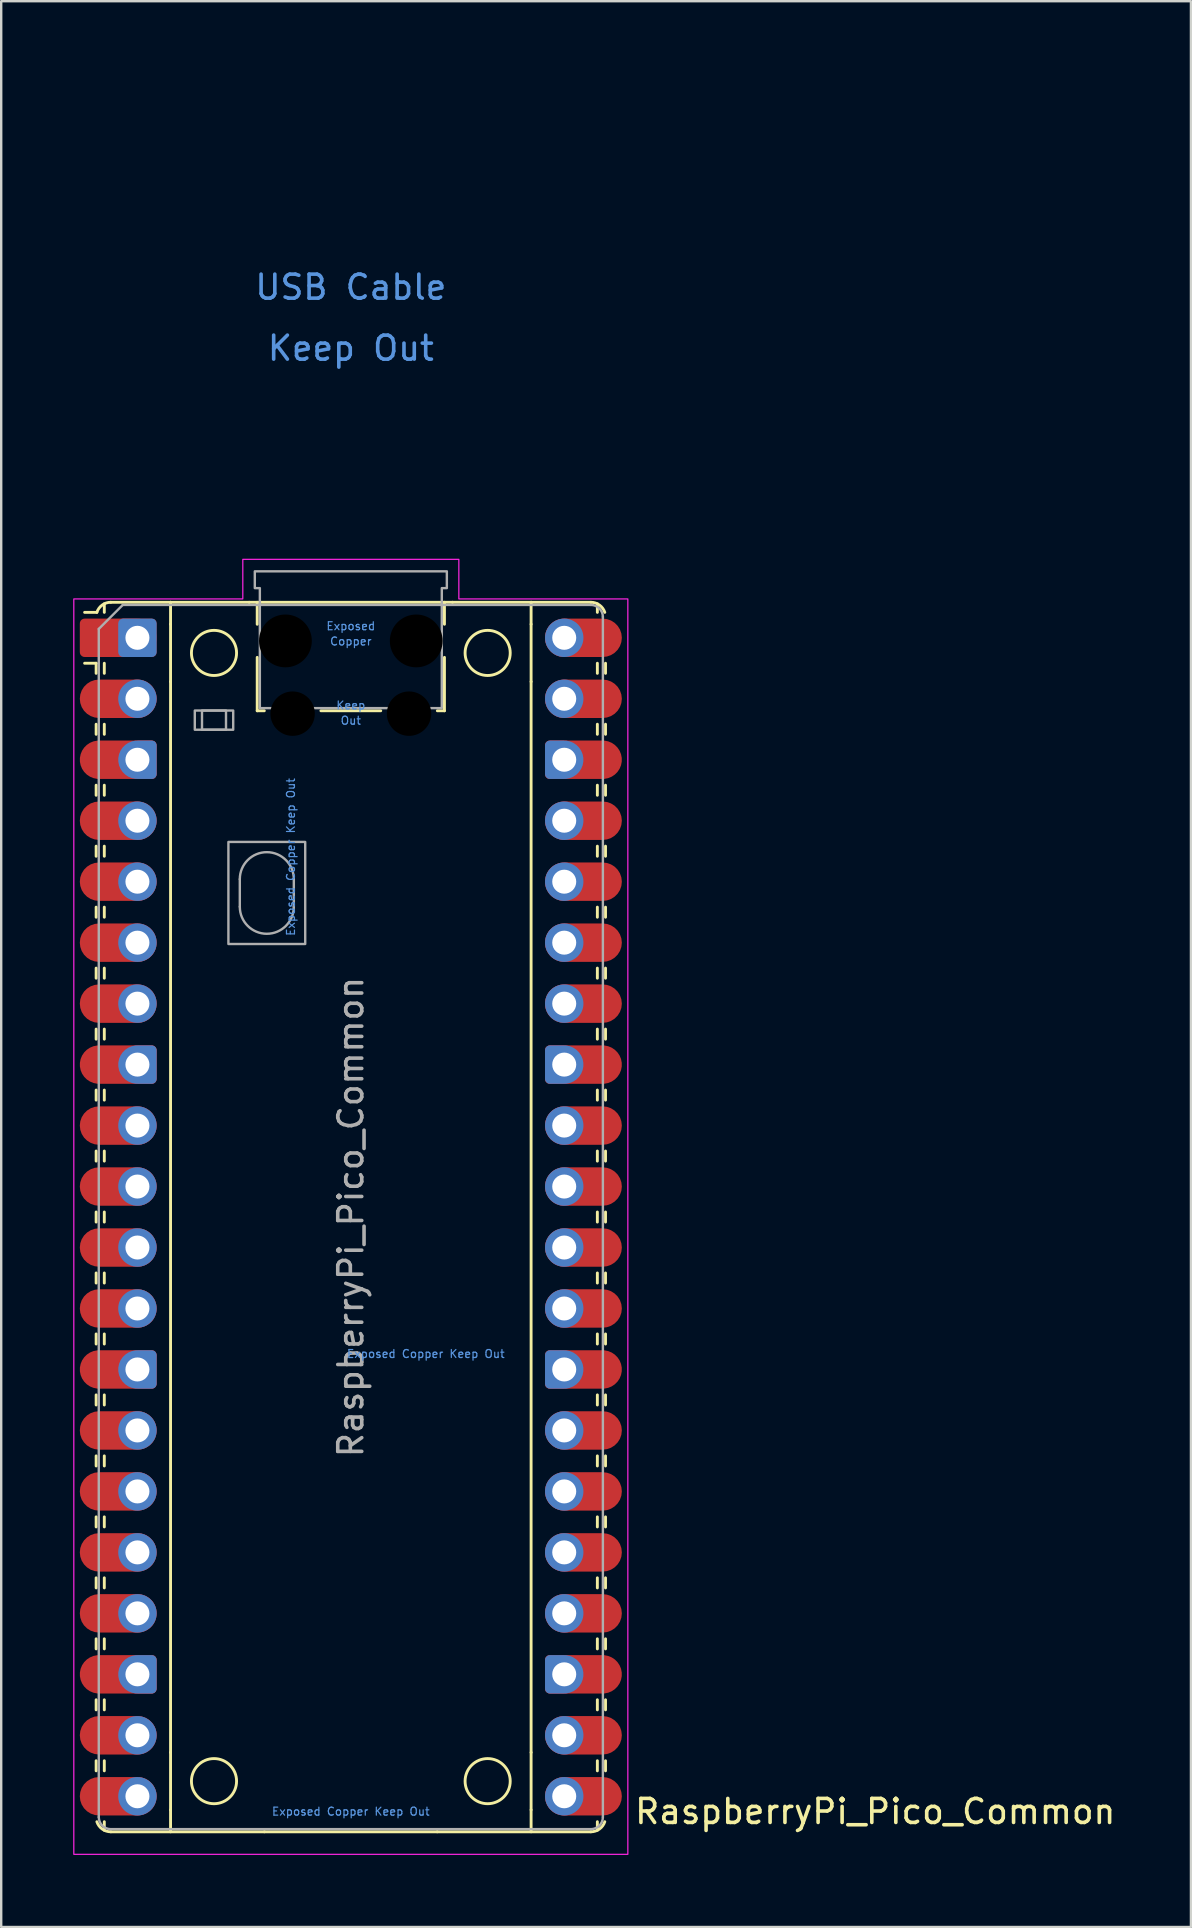
<source format=kicad_pcb>
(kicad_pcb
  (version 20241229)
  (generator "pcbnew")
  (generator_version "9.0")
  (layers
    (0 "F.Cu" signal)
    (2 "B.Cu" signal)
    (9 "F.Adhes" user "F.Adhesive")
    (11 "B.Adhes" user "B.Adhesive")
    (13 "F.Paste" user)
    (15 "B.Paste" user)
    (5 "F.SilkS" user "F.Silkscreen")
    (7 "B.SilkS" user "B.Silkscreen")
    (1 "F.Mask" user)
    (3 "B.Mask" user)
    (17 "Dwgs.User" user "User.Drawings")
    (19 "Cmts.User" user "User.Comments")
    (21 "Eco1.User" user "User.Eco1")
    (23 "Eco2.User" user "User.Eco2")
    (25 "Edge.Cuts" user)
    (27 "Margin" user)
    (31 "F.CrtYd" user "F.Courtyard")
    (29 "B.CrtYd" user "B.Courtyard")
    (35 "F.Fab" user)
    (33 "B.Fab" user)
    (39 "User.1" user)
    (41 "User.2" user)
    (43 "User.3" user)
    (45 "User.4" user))
  (footprint "RaspberryPi_Pico_Common"
    (layer "F.Cu")
    (at 11.565 47.65)
    (property "Reference" "RaspberryPi_Pico_Common" (at 11.748 24.765 0) (unlocked yes) (layer "F.SilkS") (effects (font (size 1 1) (thickness 0.15)) (justify left)))
    (attr through_hole)
    (fp_line (start -10.61 -23.07) (end -11.09 -23.07) (stroke (width 0.12) (type solid)) (layer "F.SilkS"))
    (fp_line (start -10.61 -23.07) (end -10.61 -22.65) (stroke (width 0.12) (type solid)) (layer "F.SilkS"))
    (fp_line (start -10.61 -20.53) (end -10.61 -20.11) (stroke (width 0.12) (type solid)) (layer "F.SilkS"))
    (fp_line (start -10.61 -17.99) (end -10.61 -17.57) (stroke (width 0.12) (type solid)) (layer "F.SilkS"))
    (fp_line (start -10.61 -15.45) (end -10.61 -15.03) (stroke (width 0.12) (type solid)) (layer "F.SilkS"))
    (fp_line (start -10.61 -12.91) (end -10.61 -12.49) (stroke (width 0.12) (type solid)) (layer "F.SilkS"))
    (fp_line (start -10.61 -10.37) (end -10.61 -9.95) (stroke (width 0.12) (type solid)) (layer "F.SilkS"))
    (fp_line (start -10.61 -7.83) (end -10.61 -7.41) (stroke (width 0.12) (type solid)) (layer "F.SilkS"))
    (fp_line (start -10.61 -5.29) (end -10.61 -4.87) (stroke (width 0.12) (type solid)) (layer "F.SilkS"))
    (fp_line (start -10.61 -2.75) (end -10.61 -2.33) (stroke (width 0.12) (type solid)) (layer "F.SilkS"))
    (fp_line (start -10.61 -0.21) (end -10.61 0.21) (stroke (width 0.12) (type solid)) (layer "F.SilkS"))
    (fp_line (start -10.61 2.33) (end -10.61 2.75) (stroke (width 0.12) (type solid)) (layer "F.SilkS"))
    (fp_line (start -10.61 4.87) (end -10.61 5.29) (stroke (width 0.12) (type solid)) (layer "F.SilkS"))
    (fp_line (start -10.61 7.41) (end -10.61 7.83) (stroke (width 0.12) (type solid)) (layer "F.SilkS"))
    (fp_line (start -10.61 9.95) (end -10.61 10.37) (stroke (width 0.12) (type solid)) (layer "F.SilkS"))
    (fp_line (start -10.61 12.49) (end -10.61 12.91) (stroke (width 0.12) (type solid)) (layer "F.SilkS"))
    (fp_line (start -10.61 15.03) (end -10.61 15.45) (stroke (width 0.12) (type solid)) (layer "F.SilkS"))
    (fp_line (start -10.61 17.57) (end -10.61 17.99) (stroke (width 0.12) (type solid)) (layer "F.SilkS"))
    (fp_line (start -10.61 20.11) (end -10.61 20.53) (stroke (width 0.12) (type solid)) (layer "F.SilkS"))
    (fp_line (start -10.61 22.65) (end -10.61 23.07) (stroke (width 0.12) (type solid)) (layer "F.SilkS"))
    (fp_line (start -10.58 -25.19) (end -11.09 -25.19) (stroke (width 0.12) (type solid)) (layer "F.SilkS"))
    (fp_line (start -10.27 -25.19) (end -10.27 -25.547) (stroke (width 0.12) (type solid)) (layer "F.SilkS"))
    (fp_line (start -10.27 -23.07) (end -10.27 -22.65) (stroke (width 0.12) (type solid)) (layer "F.SilkS"))
    (fp_line (start -10.27 -20.53) (end -10.27 -20.11) (stroke (width 0.12) (type solid)) (layer "F.SilkS"))
    (fp_line (start -10.27 -17.99) (end -10.27 -17.57) (stroke (width 0.12) (type solid)) (layer "F.SilkS"))
    (fp_line (start -10.27 -15.45) (end -10.27 -15.03) (stroke (width 0.12) (type solid)) (layer "F.SilkS"))
    (fp_line (start -10.27 -12.91) (end -10.27 -12.49) (stroke (width 0.12) (type solid)) (layer "F.SilkS"))
    (fp_line (start -10.27 -10.37) (end -10.27 -9.95) (stroke (width 0.12) (type solid)) (layer "F.SilkS"))
    (fp_line (start -10.27 -7.83) (end -10.27 -7.41) (stroke (width 0.12) (type solid)) (layer "F.SilkS"))
    (fp_line (start -10.27 -5.29) (end -10.27 -4.87) (stroke (width 0.12) (type solid)) (layer "F.SilkS"))
    (fp_line (start -10.27 -2.75) (end -10.27 -2.33) (stroke (width 0.12) (type solid)) (layer "F.SilkS"))
    (fp_line (start -10.27 -0.21) (end -10.27 0.21) (stroke (width 0.12) (type solid)) (layer "F.SilkS"))
    (fp_line (start -10.27 2.33) (end -10.27 2.75) (stroke (width 0.12) (type solid)) (layer "F.SilkS"))
    (fp_line (start -10.27 4.87) (end -10.27 5.29) (stroke (width 0.12) (type solid)) (layer "F.SilkS"))
    (fp_line (start -10.27 7.41) (end -10.27 7.83) (stroke (width 0.12) (type solid)) (layer "F.SilkS"))
    (fp_line (start -10.27 9.95) (end -10.27 10.37) (stroke (width 0.12) (type solid)) (layer "F.SilkS"))
    (fp_line (start -10.27 12.49) (end -10.27 12.91) (stroke (width 0.12) (type solid)) (layer "F.SilkS"))
    (fp_line (start -10.27 15.03) (end -10.27 15.45) (stroke (width 0.12) (type solid)) (layer "F.SilkS"))
    (fp_line (start -10.27 17.57) (end -10.27 17.99) (stroke (width 0.12) (type solid)) (layer "F.SilkS"))
    (fp_line (start -10.27 20.11) (end -10.27 20.53) (stroke (width 0.12) (type solid)) (layer "F.SilkS"))
    (fp_line (start -10.27 22.65) (end -10.27 23.07) (stroke (width 0.12) (type solid)) (layer "F.SilkS"))
    (fp_line (start -10.27 25.19) (end -10.27 25.547) (stroke (width 0.12) (type solid)) (layer "F.SilkS"))
    (fp_line (start -10 -25.61) (end -7.51 -25.61) (stroke (width 0.12) (type solid)) (layer "F.SilkS"))
    (fp_line (start -10 25.61) (end -3.6 25.61) (stroke (width 0.12) (type solid)) (layer "F.SilkS"))
    (fp_line (start -7.51 -25.61) (end -7.51 -24.696) (stroke (width 0.12) (type solid)) (layer "F.SilkS"))
    (fp_line (start -7.51 -25.61) (end -4.235 -25.61) (stroke (width 0.12) (type solid)) (layer "F.SilkS"))
    (fp_line (start -7.51 -24.696) (end -7.51 -22.304) (stroke (width 0.12) (type solid)) (layer "F.SilkS"))
    (fp_line (start -7.51 -22.304) (end -7.51 22.304) (stroke (width 0.12) (type solid)) (layer "F.SilkS"))
    (fp_line (start -7.51 22.304) (end -7.51 24.696) (stroke (width 0.12) (type solid)) (layer "F.SilkS"))
    (fp_line (start -7.51 24.696) (end -7.51 25.61) (stroke (width 0.12) (type solid)) (layer "F.SilkS"))
    (fp_line (start -4.235 -25.61) (end 4.235 -25.61) (stroke (width 0.12) (type solid)) (layer "F.SilkS"))
    (fp_line (start -3.9 -25.61) (end -3.9 -24.694) (stroke (width 0.12) (type solid)) (layer "F.SilkS"))
    (fp_line (start -3.9 -23.315) (end -3.9 -21.09) (stroke (width 0.12) (type solid)) (layer "F.SilkS"))
    (fp_line (start -3.9 -21.09) (end -3.604 -21.09) (stroke (width 0.12) (type solid)) (layer "F.SilkS"))
    (fp_line (start -1.246 -21.09) (end 1.246 -21.09) (stroke (width 0.12) (type solid)) (layer "F.SilkS"))
    (fp_line (start 3.6 25.61) (end -3.6 25.61) (stroke (width 0.12) (type solid)) (layer "F.SilkS"))
    (fp_line (start 3.6 25.61) (end 10 25.61) (stroke (width 0.12) (type solid)) (layer "F.SilkS"))
    (fp_line (start 3.604 -21.09) (end 3.9 -21.09) (stroke (width 0.12) (type solid)) (layer "F.SilkS"))
    (fp_line (start 3.9 -25.61) (end 3.9 -24.694) (stroke (width 0.12) (type solid)) (layer "F.SilkS"))
    (fp_line (start 3.9 -23.315) (end 3.9 -21.09) (stroke (width 0.12) (type solid)) (layer "F.SilkS"))
    (fp_line (start 4.235 -25.61) (end 7.51 -25.61) (stroke (width 0.12) (type solid)) (layer "F.SilkS"))
    (fp_line (start 7.51 -25.61) (end 7.51 -24.696) (stroke (width 0.12) (type solid)) (layer "F.SilkS"))
    (fp_line (start 7.51 -24.696) (end 7.51 -22.304) (stroke (width 0.12) (type solid)) (layer "F.SilkS"))
    (fp_line (start 7.51 -22.304) (end 7.51 22.304) (stroke (width 0.12) (type solid)) (layer "F.SilkS"))
    (fp_line (start 7.51 22.304) (end 7.51 24.696) (stroke (width 0.12) (type solid)) (layer "F.SilkS"))
    (fp_line (start 7.51 24.696) (end 7.51 25.61) (stroke (width 0.12) (type solid)) (layer "F.SilkS"))
    (fp_line (start 10 -25.61) (end 7.51 -25.61) (stroke (width 0.12) (type solid)) (layer "F.SilkS"))
    (fp_line (start 10.27 -25.19) (end 10.27 -25.547) (stroke (width 0.12) (type solid)) (layer "F.SilkS"))
    (fp_line (start 10.27 -23.07) (end 10.27 -22.65) (stroke (width 0.12) (type solid)) (layer "F.SilkS"))
    (fp_line (start 10.27 -20.53) (end 10.27 -20.11) (stroke (width 0.12) (type solid)) (layer "F.SilkS"))
    (fp_line (start 10.27 -17.99) (end 10.27 -17.57) (stroke (width 0.12) (type solid)) (layer "F.SilkS"))
    (fp_line (start 10.27 -15.45) (end 10.27 -15.03) (stroke (width 0.12) (type solid)) (layer "F.SilkS"))
    (fp_line (start 10.27 -12.91) (end 10.27 -12.49) (stroke (width 0.12) (type solid)) (layer "F.SilkS"))
    (fp_line (start 10.27 -10.37) (end 10.27 -9.95) (stroke (width 0.12) (type solid)) (layer "F.SilkS"))
    (fp_line (start 10.27 -7.83) (end 10.27 -7.41) (stroke (width 0.12) (type solid)) (layer "F.SilkS"))
    (fp_line (start 10.27 -5.29) (end 10.27 -4.87) (stroke (width 0.12) (type solid)) (layer "F.SilkS"))
    (fp_line (start 10.27 -2.75) (end 10.27 -2.33) (stroke (width 0.12) (type solid)) (layer "F.SilkS"))
    (fp_line (start 10.27 -0.21) (end 10.27 0.21) (stroke (width 0.12) (type solid)) (layer "F.SilkS"))
    (fp_line (start 10.27 2.33) (end 10.27 2.75) (stroke (width 0.12) (type solid)) (layer "F.SilkS"))
    (fp_line (start 10.27 4.87) (end 10.27 5.29) (stroke (width 0.12) (type solid)) (layer "F.SilkS"))
    (fp_line (start 10.27 7.41) (end 10.27 7.83) (stroke (width 0.12) (type solid)) (layer "F.SilkS"))
    (fp_line (start 10.27 9.95) (end 10.27 10.37) (stroke (width 0.12) (type solid)) (layer "F.SilkS"))
    (fp_line (start 10.27 12.49) (end 10.27 12.91) (stroke (width 0.12) (type solid)) (layer "F.SilkS"))
    (fp_line (start 10.27 15.03) (end 10.27 15.45) (stroke (width 0.12) (type solid)) (layer "F.SilkS"))
    (fp_line (start 10.27 17.57) (end 10.27 17.99) (stroke (width 0.12) (type solid)) (layer "F.SilkS"))
    (fp_line (start 10.27 20.11) (end 10.27 20.53) (stroke (width 0.12) (type solid)) (layer "F.SilkS"))
    (fp_line (start 10.27 22.65) (end 10.27 23.07) (stroke (width 0.12) (type solid)) (layer "F.SilkS"))
    (fp_line (start 10.27 25.19) (end 10.27 25.547) (stroke (width 0.12) (type solid)) (layer "F.SilkS"))
    (fp_line (start 10.61 -23.07) (end 10.61 -22.65) (stroke (width 0.12) (type solid)) (layer "F.SilkS"))
    (fp_line (start 10.61 -20.53) (end 10.61 -20.11) (stroke (width 0.12) (type solid)) (layer "F.SilkS"))
    (fp_line (start 10.61 -17.99) (end 10.61 -17.57) (stroke (width 0.12) (type solid)) (layer "F.SilkS"))
    (fp_line (start 10.61 -15.45) (end 10.61 -15.03) (stroke (width 0.12) (type solid)) (layer "F.SilkS"))
    (fp_line (start 10.61 -12.91) (end 10.61 -12.49) (stroke (width 0.12) (type solid)) (layer "F.SilkS"))
    (fp_line (start 10.61 -10.37) (end 10.61 -9.95) (stroke (width 0.12) (type solid)) (layer "F.SilkS"))
    (fp_line (start 10.61 -7.83) (end 10.61 -7.41) (stroke (width 0.12) (type solid)) (layer "F.SilkS"))
    (fp_line (start 10.61 -5.29) (end 10.61 -4.87) (stroke (width 0.12) (type solid)) (layer "F.SilkS"))
    (fp_line (start 10.61 -2.75) (end 10.61 -2.33) (stroke (width 0.12) (type solid)) (layer "F.SilkS"))
    (fp_line (start 10.61 -0.21) (end 10.61 0.21) (stroke (width 0.12) (type solid)) (layer "F.SilkS"))
    (fp_line (start 10.61 2.33) (end 10.61 2.75) (stroke (width 0.12) (type solid)) (layer "F.SilkS"))
    (fp_line (start 10.61 4.87) (end 10.61 5.29) (stroke (width 0.12) (type solid)) (layer "F.SilkS"))
    (fp_line (start 10.61 7.41) (end 10.61 7.83) (stroke (width 0.12) (type solid)) (layer "F.SilkS"))
    (fp_line (start 10.61 9.95) (end 10.61 10.37) (stroke (width 0.12) (type solid)) (layer "F.SilkS"))
    (fp_line (start 10.61 12.49) (end 10.61 12.91) (stroke (width 0.12) (type solid)) (layer "F.SilkS"))
    (fp_line (start 10.61 15.03) (end 10.61 15.45) (stroke (width 0.12) (type solid)) (layer "F.SilkS"))
    (fp_line (start 10.61 17.57) (end 10.61 17.99) (stroke (width 0.12) (type solid)) (layer "F.SilkS"))
    (fp_line (start 10.61 20.11) (end 10.61 20.53) (stroke (width 0.12) (type solid)) (layer "F.SilkS"))
    (fp_line (start 10.61 22.65) (end 10.61 23.07) (stroke (width 0.12) (type solid)) (layer "F.SilkS"))
    (fp_arc (start -10.579676 -25.19) (mid -10.357938 -25.493944) (end -10 -25.61) (stroke (width 0.12) (type solid)) (layer "F.SilkS"))
    (fp_arc (start -10 25.61) (mid -10.357937 25.493944) (end -10.579676 25.189937) (stroke (width 0.12) (type solid)) (layer "F.SilkS"))
    (fp_arc (start 10 -25.61) (mid 10.357937 -25.493944) (end 10.579676 -25.189937) (stroke (width 0.12) (type solid)) (layer "F.SilkS"))
    (fp_arc (start 10.579676 25.189937) (mid 10.357947 25.493958) (end 10 25.61) (stroke (width 0.12) (type solid)) (layer "F.SilkS"))
    (fp_circle (center -5.7 -23.5) (end -4.76 -23.5) (stroke (width 0.12) (type solid)) (fill no) (layer "F.SilkS"))
    (fp_circle (center -5.7 23.5) (end -4.76 23.5) (stroke (width 0.12) (type solid)) (fill no) (layer "F.SilkS"))
    (fp_circle (center 5.7 -23.5) (end 6.64 -23.5) (stroke (width 0.12) (type solid)) (fill no) (layer "F.SilkS"))
    (fp_circle (center 5.7 23.5) (end 6.64 23.5) (stroke (width 0.12) (type solid)) (fill no) (layer "F.SilkS"))
    (fp_poly (pts (xy -4.5 -27.4) (xy 4.5 -27.4) (xy 4.5 -25.75) (xy 11.54 -25.75) (xy 11.54 26.55) (xy -11.54 26.55) (xy -11.54 -25.75) (xy -4.5 -25.75)) (stroke (width 0.05) (type solid)) (fill no) (layer "F.CrtYd"))
    (fp_line (start -10.5 -24.5) (end -9.5 -25.5) (stroke (width 0.1) (type solid)) (layer "F.Fab"))
    (fp_line (start -10.5 25) (end -10.5 -24.5) (stroke (width 0.1) (type solid)) (layer "F.Fab"))
    (fp_line (start -9.5 -25.5) (end 10 -25.5) (stroke (width 0.1) (type solid)) (layer "F.Fab"))
    (fp_line (start -4.625 -14.075) (end -4.625 -12.925) (stroke (width 0.1) (type solid)) (layer "F.Fab"))
    (fp_line (start -2.375 -14.075) (end -2.375 -12.925) (stroke (width 0.1) (type solid)) (layer "F.Fab"))
    (fp_line (start 10 25.5) (end -10 25.5) (stroke (width 0.1) (type solid)) (layer "F.Fab"))
    (fp_line (start 10.5 -25) (end 10.5 25) (stroke (width 0.1) (type solid)) (layer "F.Fab"))
    (fp_rect (start -6.5 -21.1) (end -4.9 -20.3) (stroke (width 0.1) (type solid)) (fill no) (layer "F.Fab"))
    (fp_rect (start -6.2 -21.1) (end -5.2 -20.3) (stroke (width 0.1) (type solid)) (fill no) (layer "F.Fab"))
    (fp_rect (start -5.1 -15.625) (end -1.9 -11.375) (stroke (width 0.1) (type solid)) (fill no) (layer "F.Fab"))
    (fp_arc (start -10 25.5) (mid -10.353553 25.353553) (end -10.5 25) (stroke (width 0.1) (type solid)) (layer "F.Fab"))
    (fp_arc (start -4.625 -14.075) (mid -3.5 -15.2) (end -2.375 -14.075) (stroke (width 0.1) (type solid)) (layer "F.Fab"))
    (fp_arc (start -2.375 -12.925) (mid -3.5 -11.8) (end -4.625 -12.925) (stroke (width 0.1) (type solid)) (layer "F.Fab"))
    (fp_arc (start 10 -25.5) (mid 10.353553 -25.353553) (end 10.5 -25) (stroke (width 0.1) (type solid)) (layer "F.Fab"))
    (fp_arc (start 10.5 25) (mid 10.353553 25.353553) (end 10 25.5) (stroke (width 0.1) (type solid)) (layer "F.Fab"))
    (fp_poly (pts (xy 3.79 -21.2) (xy 3.79 -26.2) (xy 4 -26.2) (xy 4 -26.9) (xy -4 -26.9) (xy -4 -26.2) (xy -3.79 -26.2) (xy -3.79 -21.2)) (stroke (width 0.1) (type solid)) (fill no) (layer "F.Fab"))
    (fp_text user "Exposed Copper Keep Out" (at -2.5 -15 90) (unlocked yes) (layer "Cmts.User") (effects (font (size 0.333 0.333) (thickness 0.05))))
    (fp_text user "Exposed Copper Keep Out" (at 3.124 5.7 0) (unlocked yes) (layer "Cmts.User") (effects (font (size 0.333 0.333) (thickness 0.05))))
    (fp_text user "Out" (at 0 -20.683 0) (unlocked yes) (layer "Cmts.User") (effects (font (size 0.333 0.333) (thickness 0.05))))
    (fp_text user "USB Cable" (at 0 -38.735 0) (unlocked yes) (layer "Cmts.User") (effects (font (size 1 1) (thickness 0.15))))
    (fp_text user "Exposed" (at 0 -24.617 0) (unlocked yes) (layer "Cmts.User") (effects (font (size 0.333 0.333) (thickness 0.05))))
    (fp_text user "Keep Out" (at 0 -36.195 0) (unlocked yes) (layer "Cmts.User") (effects (font (size 1 1) (thickness 0.15))))
    (fp_text user "Exposed Copper Keep Out" (at 0 24.765 0) (unlocked yes) (layer "Cmts.User") (effects (font (size 0.333 0.333) (thickness 0.05))))
    (fp_text user "Keep" (at 0 -21.317 0) (unlocked yes) (layer "Cmts.User") (effects (font (size 0.333 0.333) (thickness 0.05))))
    (fp_text user "Copper" (at 0 -23.983 0) (unlocked yes) (layer "Cmts.User") (effects (font (size 0.333 0.333) (thickness 0.05))))
    (fp_text user "${REFERENCE}" (at 0 0 90) (layer "F.Fab") (effects (font (size 1 1) (thickness 0.15))))
    (pad "" np_thru_hole circle (at -2.725 -24) (size 2.2 2.2) (drill 2.2) (layers "*.Mask"))
    (pad "" np_thru_hole circle (at -2.425 -20.97) (size 1.85 1.85) (drill 1.85) (layers "*.Mask"))
    (pad "" np_thru_hole circle (at 2.425 -20.97) (size 1.85 1.85) (drill 1.85) (layers "*.Mask"))
    (pad "" np_thru_hole circle (at 2.725 -24) (size 2.2 2.2) (drill 2.2) (layers "*.Mask"))
    (pad "1" thru_hole roundrect (at -8.89 -24.13) (size 1.6 1.6) (drill 1) (layers "*.Cu" "*.Mask") (roundrect_rratio 0.125))
    (pad "1" smd custom (at -8.89 -24.13) (size 1.6 1.6) (layers "F.Cu" "F.Mask") (options (anchor circle)) (primitives (gr_poly (pts (xy -2.4 0.6) (xy -2.4 -0.6) (xy -2.2 -0.8) (xy 0 -0.8) (xy 0 0.8) (xy -2.2 0.8)) (width 0) (fill yes)) (gr_circle (center -2.2 0.6) (end -2 0.6) (width 0) (fill yes)) (gr_circle (center -2.2 -0.6) (end -2 -0.6) (width 0) (fill yes))))
    (pad "2" thru_hole circle (at -8.89 -21.59) (size 1.6 1.6) (drill 1) (layers "*.Cu" "*.Mask"))
    (pad "2" smd roundrect (at -8.89 -21.59) (size 3.2 1.6) (drill (offset -0.8 0)) (layers "F.Cu" "F.Mask") (roundrect_rratio 0.5))
    (pad "3" smd custom (at -8.89 -19.05) (size 1.6 1.6) (layers "F.Cu" "F.Mask") (options (anchor circle)) (primitives (gr_poly (pts (xy 0.8 -0.6) (xy 0.8 0.6) (xy 0.6 0.8) (xy -1.6 0.8) (xy -1.6 -0.8) (xy 0.6 -0.8)) (width 0) (fill yes)) (gr_circle (center 0.6 0.6) (end 0.8 0.6) (width 0) (fill yes)) (gr_circle (center 0.6 -0.6) (end 0.8 -0.6) (width 0) (fill yes)) (gr_circle (center -1.6 0) (end -0.8 0) (width 0) (fill yes))))
    (pad "3" thru_hole custom (at -8.89 -19.05) (size 1.6 1.6) (drill 1) (layers "*.Cu" "*.Mask") (options (anchor circle)) (primitives (gr_poly (pts (xy 0.8 0.6) (xy 0.8 -0.6) (xy 0.6 -0.8) (xy 0 -0.8) (xy 0 0.8) (xy 0.6 0.8)) (width 0) (fill yes)) (gr_circle (center 0.6 0.6) (end 0.8 0.6) (width 0) (fill yes)) (gr_circle (center 0.6 -0.6) (end 0.8 -0.6) (width 0) (fill yes))))
    (pad "4" thru_hole circle (at -8.89 -16.51) (size 1.6 1.6) (drill 1) (layers "*.Cu" "*.Mask"))
    (pad "4" smd roundrect (at -8.89 -16.51) (size 3.2 1.6) (drill (offset -0.8 0)) (layers "F.Cu" "F.Mask") (roundrect_rratio 0.5))
    (pad "5" thru_hole circle (at -8.89 -13.97) (size 1.6 1.6) (drill 1) (layers "*.Cu" "*.Mask"))
    (pad "5" smd roundrect (at -8.89 -13.97) (size 3.2 1.6) (drill (offset -0.8 0)) (layers "F.Cu" "F.Mask") (roundrect_rratio 0.5))
    (pad "6" thru_hole circle (at -8.89 -11.43) (size 1.6 1.6) (drill 1) (layers "*.Cu" "*.Mask"))
    (pad "6" smd roundrect (at -8.89 -11.43) (size 3.2 1.6) (drill (offset -0.8 0)) (layers "F.Cu" "F.Mask") (roundrect_rratio 0.5))
    (pad "7" thru_hole circle (at -8.89 -8.89) (size 1.6 1.6) (drill 1) (layers "*.Cu" "*.Mask"))
    (pad "7" smd roundrect (at -8.89 -8.89) (size 3.2 1.6) (drill (offset -0.8 0)) (layers "F.Cu" "F.Mask") (roundrect_rratio 0.5))
    (pad "8" smd custom (at -8.89 -6.35) (size 1.6 1.6) (layers "F.Cu" "F.Mask") (options (anchor circle)) (primitives (gr_poly (pts (xy 0.8 -0.6) (xy 0.8 0.6) (xy 0.6 0.8) (xy -1.6 0.8) (xy -1.6 -0.8) (xy 0.6 -0.8)) (width 0) (fill yes)) (gr_circle (center 0.6 0.6) (end 0.8 0.6) (width 0) (fill yes)) (gr_circle (center 0.6 -0.6) (end 0.8 -0.6) (width 0) (fill yes)) (gr_circle (center -1.6 0) (end -0.8 0) (width 0) (fill yes))))
    (pad "8" thru_hole custom (at -8.89 -6.35) (size 1.6 1.6) (drill 1) (layers "*.Cu" "*.Mask") (options (anchor circle)) (primitives (gr_poly (pts (xy 0.8 0.6) (xy 0.8 -0.6) (xy 0.6 -0.8) (xy 0 -0.8) (xy 0 0.8) (xy 0.6 0.8)) (width 0) (fill yes)) (gr_circle (center 0.6 0.6) (end 0.8 0.6) (width 0) (fill yes)) (gr_circle (center 0.6 -0.6) (end 0.8 -0.6) (width 0) (fill yes))))
    (pad "9" thru_hole circle (at -8.89 -3.81) (size 1.6 1.6) (drill 1) (layers "*.Cu" "*.Mask"))
    (pad "9" smd roundrect (at -8.89 -3.81) (size 3.2 1.6) (drill (offset -0.8 0)) (layers "F.Cu" "F.Mask") (roundrect_rratio 0.5))
    (pad "10" thru_hole circle (at -8.89 -1.27) (size 1.6 1.6) (drill 1) (layers "*.Cu" "*.Mask"))
    (pad "10" smd roundrect (at -8.89 -1.27) (size 3.2 1.6) (drill (offset -0.8 0)) (layers "F.Cu" "F.Mask") (roundrect_rratio 0.5))
    (pad "11" thru_hole circle (at -8.89 1.27) (size 1.6 1.6) (drill 1) (layers "*.Cu" "*.Mask"))
    (pad "11" smd roundrect (at -8.89 1.27) (size 3.2 1.6) (drill (offset -0.8 0)) (layers "F.Cu" "F.Mask") (roundrect_rratio 0.5))
    (pad "12" thru_hole circle (at -8.89 3.81) (size 1.6 1.6) (drill 1) (layers "*.Cu" "*.Mask"))
    (pad "12" smd roundrect (at -8.89 3.81) (size 3.2 1.6) (drill (offset -0.8 0)) (layers "F.Cu" "F.Mask") (roundrect_rratio 0.5))
    (pad "13" smd custom (at -8.89 6.35) (size 1.6 1.6) (layers "F.Cu" "F.Mask") (options (anchor circle)) (primitives (gr_poly (pts (xy 0.8 -0.6) (xy 0.8 0.6) (xy 0.6 0.8) (xy -1.6 0.8) (xy -1.6 -0.8) (xy 0.6 -0.8)) (width 0) (fill yes)) (gr_circle (center 0.6 0.6) (end 0.8 0.6) (width 0) (fill yes)) (gr_circle (center 0.6 -0.6) (end 0.8 -0.6) (width 0) (fill yes)) (gr_circle (center -1.6 0) (end -0.8 0) (width 0) (fill yes))))
    (pad "13" thru_hole custom (at -8.89 6.35) (size 1.6 1.6) (drill 1) (layers "*.Cu" "*.Mask") (options (anchor circle)) (primitives (gr_poly (pts (xy 0.8 0.6) (xy 0.8 -0.6) (xy 0.6 -0.8) (xy 0 -0.8) (xy 0 0.8) (xy 0.6 0.8)) (width 0) (fill yes)) (gr_circle (center 0.6 0.6) (end 0.8 0.6) (width 0) (fill yes)) (gr_circle (center 0.6 -0.6) (end 0.8 -0.6) (width 0) (fill yes))))
    (pad "14" thru_hole circle (at -8.89 8.89) (size 1.6 1.6) (drill 1) (layers "*.Cu" "*.Mask"))
    (pad "14" smd roundrect (at -8.89 8.89) (size 3.2 1.6) (drill (offset -0.8 0)) (layers "F.Cu" "F.Mask") (roundrect_rratio 0.5))
    (pad "15" thru_hole circle (at -8.89 11.43) (size 1.6 1.6) (drill 1) (layers "*.Cu" "*.Mask"))
    (pad "15" smd roundrect (at -8.89 11.43) (size 3.2 1.6) (drill (offset -0.8 0)) (layers "F.Cu" "F.Mask") (roundrect_rratio 0.5))
    (pad "16" thru_hole circle (at -8.89 13.97) (size 1.6 1.6) (drill 1) (layers "*.Cu" "*.Mask"))
    (pad "16" smd roundrect (at -8.89 13.97) (size 3.2 1.6) (drill (offset -0.8 0)) (layers "F.Cu" "F.Mask") (roundrect_rratio 0.5))
    (pad "17" thru_hole circle (at -8.89 16.51) (size 1.6 1.6) (drill 1) (layers "*.Cu" "*.Mask"))
    (pad "17" smd roundrect (at -8.89 16.51) (size 3.2 1.6) (drill (offset -0.8 0)) (layers "F.Cu" "F.Mask") (roundrect_rratio 0.5))
    (pad "18" smd custom (at -8.89 19.05) (size 1.6 1.6) (layers "F.Cu" "F.Mask") (options (anchor circle)) (primitives (gr_poly (pts (xy 0.8 -0.6) (xy 0.8 0.6) (xy 0.6 0.8) (xy -1.6 0.8) (xy -1.6 -0.8) (xy 0.6 -0.8)) (width 0) (fill yes)) (gr_circle (center 0.6 0.6) (end 0.8 0.6) (width 0) (fill yes)) (gr_circle (center 0.6 -0.6) (end 0.8 -0.6) (width 0) (fill yes)) (gr_circle (center -1.6 0) (end -0.8 0) (width 0) (fill yes))))
    (pad "18" thru_hole custom (at -8.89 19.05) (size 1.6 1.6) (drill 1) (layers "*.Cu" "*.Mask") (options (anchor circle)) (primitives (gr_poly (pts (xy 0.8 0.6) (xy 0.8 -0.6) (xy 0.6 -0.8) (xy 0 -0.8) (xy 0 0.8) (xy 0.6 0.8)) (width 0) (fill yes)) (gr_circle (center 0.6 0.6) (end 0.8 0.6) (width 0) (fill yes)) (gr_circle (center 0.6 -0.6) (end 0.8 -0.6) (width 0) (fill yes))))
    (pad "19" thru_hole circle (at -8.89 21.59) (size 1.6 1.6) (drill 1) (layers "*.Cu" "*.Mask"))
    (pad "19" smd roundrect (at -8.89 21.59) (size 3.2 1.6) (drill (offset -0.8 0)) (layers "F.Cu" "F.Mask") (roundrect_rratio 0.5))
    (pad "20" thru_hole circle (at -8.89 24.13) (size 1.6 1.6) (drill 1) (layers "*.Cu" "*.Mask"))
    (pad "20" smd roundrect (at -8.89 24.13) (size 3.2 1.6) (drill (offset -0.8 0)) (layers "F.Cu" "F.Mask") (roundrect_rratio 0.5))
    (pad "21" thru_hole circle (at 8.89 24.13) (size 1.6 1.6) (drill 1) (layers "*.Cu" "*.Mask"))
    (pad "21" smd roundrect (at 8.89 24.13) (size 3.2 1.6) (drill (offset 0.8 0)) (layers "F.Cu" "F.Mask") (roundrect_rratio 0.5))
    (pad "22" thru_hole circle (at 8.89 21.59) (size 1.6 1.6) (drill 1) (layers "*.Cu" "*.Mask"))
    (pad "22" smd roundrect (at 8.89 21.59) (size 3.2 1.6) (drill (offset 0.8 0)) (layers "F.Cu" "F.Mask") (roundrect_rratio 0.5))
    (pad "23" smd custom (at 8.89 19.05) (size 1.6 1.6) (layers "F.Cu" "F.Mask") (options (anchor circle)) (primitives (gr_poly (pts (xy -0.8 -0.6) (xy -0.8 0.6) (xy -0.6 0.8) (xy 1.6 0.8) (xy 1.6 -0.8) (xy -0.6 -0.8)) (width 0) (fill yes)) (gr_circle (center -0.6 0.6) (end -0.4 0.6) (width 0) (fill yes)) (gr_circle (center -0.6 -0.6) (end -0.4 -0.6) (width 0) (fill yes)) (gr_circle (center 1.6 0) (end 2.4 0) (width 0) (fill yes))))
    (pad "23" thru_hole custom (at 8.89 19.05) (size 1.6 1.6) (drill 1) (layers "*.Cu" "*.Mask") (options (anchor circle)) (primitives (gr_poly (pts (xy -0.8 0.6) (xy -0.8 -0.6) (xy -0.6 -0.8) (xy 0 -0.8) (xy 0 0.8) (xy -0.6 0.8)) (width 0) (fill yes)) (gr_circle (center -0.6 0.6) (end -0.4 0.6) (width 0) (fill yes)) (gr_circle (center -0.6 -0.6) (end -0.4 -0.6) (width 0) (fill yes))))
    (pad "24" thru_hole circle (at 8.89 16.51) (size 1.6 1.6) (drill 1) (layers "*.Cu" "*.Mask"))
    (pad "24" smd roundrect (at 8.89 16.51) (size 3.2 1.6) (drill (offset 0.8 0)) (layers "F.Cu" "F.Mask") (roundrect_rratio 0.5))
    (pad "25" thru_hole circle (at 8.89 13.97) (size 1.6 1.6) (drill 1) (layers "*.Cu" "*.Mask"))
    (pad "25" smd roundrect (at 8.89 13.97) (size 3.2 1.6) (drill (offset 0.8 0)) (layers "F.Cu" "F.Mask") (roundrect_rratio 0.5))
    (pad "26" thru_hole circle (at 8.89 11.43) (size 1.6 1.6) (drill 1) (layers "*.Cu" "*.Mask"))
    (pad "26" smd roundrect (at 8.89 11.43) (size 3.2 1.6) (drill (offset 0.8 0)) (layers "F.Cu" "F.Mask") (roundrect_rratio 0.5))
    (pad "27" thru_hole circle (at 8.89 8.89) (size 1.6 1.6) (drill 1) (layers "*.Cu" "*.Mask"))
    (pad "27" smd roundrect (at 8.89 8.89) (size 3.2 1.6) (drill (offset 0.8 0)) (layers "F.Cu" "F.Mask") (roundrect_rratio 0.5))
    (pad "28" smd custom (at 8.89 6.35) (size 1.6 1.6) (layers "F.Cu" "F.Mask") (options (anchor circle)) (primitives (gr_poly (pts (xy -0.8 -0.6) (xy -0.8 0.6) (xy -0.6 0.8) (xy 1.6 0.8) (xy 1.6 -0.8) (xy -0.6 -0.8)) (width 0) (fill yes)) (gr_circle (center -0.6 0.6) (end -0.4 0.6) (width 0) (fill yes)) (gr_circle (center -0.6 -0.6) (end -0.4 -0.6) (width 0) (fill yes)) (gr_circle (center 1.6 0) (end 2.4 0) (width 0) (fill yes))))
    (pad "28" thru_hole custom (at 8.89 6.35) (size 1.6 1.6) (drill 1) (layers "*.Cu" "*.Mask") (options (anchor circle)) (primitives (gr_poly (pts (xy -0.8 0.6) (xy -0.8 -0.6) (xy -0.6 -0.8) (xy 0 -0.8) (xy 0 0.8) (xy -0.6 0.8)) (width 0) (fill yes)) (gr_circle (center -0.6 0.6) (end -0.4 0.6) (width 0) (fill yes)) (gr_circle (center -0.6 -0.6) (end -0.4 -0.6) (width 0) (fill yes))))
    (pad "29" thru_hole circle (at 8.89 3.81) (size 1.6 1.6) (drill 1) (layers "*.Cu" "*.Mask"))
    (pad "29" smd roundrect (at 8.89 3.81) (size 3.2 1.6) (drill (offset 0.8 0)) (layers "F.Cu" "F.Mask") (roundrect_rratio 0.5))
    (pad "30" thru_hole circle (at 8.89 1.27) (size 1.6 1.6) (drill 1) (layers "*.Cu" "*.Mask"))
    (pad "30" smd roundrect (at 8.89 1.27) (size 3.2 1.6) (drill (offset 0.8 0)) (layers "F.Cu" "F.Mask") (roundrect_rratio 0.5))
    (pad "31" thru_hole circle (at 8.89 -1.27) (size 1.6 1.6) (drill 1) (layers "*.Cu" "*.Mask"))
    (pad "31" smd roundrect (at 8.89 -1.27) (size 3.2 1.6) (drill (offset 0.8 0)) (layers "F.Cu" "F.Mask") (roundrect_rratio 0.5))
    (pad "32" thru_hole circle (at 8.89 -3.81) (size 1.6 1.6) (drill 1) (layers "*.Cu" "*.Mask"))
    (pad "32" smd roundrect (at 8.89 -3.81) (size 3.2 1.6) (drill (offset 0.8 0)) (layers "F.Cu" "F.Mask") (roundrect_rratio 0.5))
    (pad "33" smd custom (at 8.89 -6.35) (size 1.6 1.6) (layers "F.Cu" "F.Mask") (options (anchor circle)) (primitives (gr_poly (pts (xy -0.8 -0.6) (xy -0.8 0.6) (xy -0.6 0.8) (xy 1.6 0.8) (xy 1.6 -0.8) (xy -0.6 -0.8)) (width 0) (fill yes)) (gr_circle (center -0.6 0.6) (end -0.4 0.6) (width 0) (fill yes)) (gr_circle (center -0.6 -0.6) (end -0.4 -0.6) (width 0) (fill yes)) (gr_circle (center 1.6 0) (end 2.4 0) (width 0) (fill yes))))
    (pad "33" thru_hole custom (at 8.89 -6.35) (size 1.6 1.6) (drill 1) (layers "*.Cu" "*.Mask") (options (anchor circle)) (primitives (gr_poly (pts (xy -0.8 0.6) (xy -0.8 -0.6) (xy -0.6 -0.8) (xy 0 -0.8) (xy 0 0.8) (xy -0.6 0.8)) (width 0) (fill yes)) (gr_circle (center -0.6 0.6) (end -0.4 0.6) (width 0) (fill yes)) (gr_circle (center -0.6 -0.6) (end -0.4 -0.6) (width 0) (fill yes))))
    (pad "34" thru_hole circle (at 8.89 -8.89) (size 1.6 1.6) (drill 1) (layers "*.Cu" "*.Mask"))
    (pad "34" smd roundrect (at 8.89 -8.89) (size 3.2 1.6) (drill (offset 0.8 0)) (layers "F.Cu" "F.Mask") (roundrect_rratio 0.5))
    (pad "35" thru_hole circle (at 8.89 -11.43) (size 1.6 1.6) (drill 1) (layers "*.Cu" "*.Mask"))
    (pad "35" smd roundrect (at 8.89 -11.43) (size 3.2 1.6) (drill (offset 0.8 0)) (layers "F.Cu" "F.Mask") (roundrect_rratio 0.5))
    (pad "36" thru_hole circle (at 8.89 -13.97) (size 1.6 1.6) (drill 1) (layers "*.Cu" "*.Mask"))
    (pad "36" smd roundrect (at 8.89 -13.97) (size 3.2 1.6) (drill (offset 0.8 0)) (layers "F.Cu" "F.Mask") (roundrect_rratio 0.5))
    (pad "37" thru_hole circle (at 8.89 -16.51) (size 1.6 1.6) (drill 1) (layers "*.Cu" "*.Mask"))
    (pad "37" smd roundrect (at 8.89 -16.51) (size 3.2 1.6) (drill (offset 0.8 0)) (layers "F.Cu" "F.Mask") (roundrect_rratio 0.5))
    (pad "38" smd custom (at 8.89 -19.05) (size 1.6 1.6) (layers "F.Cu" "F.Mask") (options (anchor circle)) (primitives (gr_poly (pts (xy -0.8 -0.6) (xy -0.8 0.6) (xy -0.6 0.8) (xy 1.6 0.8) (xy 1.6 -0.8) (xy -0.6 -0.8)) (width 0) (fill yes)) (gr_circle (center -0.6 0.6) (end -0.4 0.6) (width 0) (fill yes)) (gr_circle (center -0.6 -0.6) (end -0.4 -0.6) (width 0) (fill yes)) (gr_circle (center 1.6 0) (end 2.4 0) (width 0) (fill yes))))
    (pad "38" thru_hole custom (at 8.89 -19.05) (size 1.6 1.6) (drill 1) (layers "*.Cu" "*.Mask") (options (anchor circle)) (primitives (gr_poly (pts (xy -0.8 0.6) (xy -0.8 -0.6) (xy -0.6 -0.8) (xy 0 -0.8) (xy 0 0.8) (xy -0.6 0.8)) (width 0) (fill yes)) (gr_circle (center -0.6 0.6) (end -0.4 0.6) (width 0) (fill yes)) (gr_circle (center -0.6 -0.6) (end -0.4 -0.6) (width 0) (fill yes))))
    (pad "39" thru_hole circle (at 8.89 -21.59) (size 1.6 1.6) (drill 1) (layers "*.Cu" "*.Mask"))
    (pad "39" smd roundrect (at 8.89 -21.59) (size 3.2 1.6) (drill (offset 0.8 0)) (layers "F.Cu" "F.Mask") (roundrect_rratio 0.5))
    (pad "40" thru_hole circle (at 8.89 -24.13) (size 1.6 1.6) (drill 1) (layers "*.Cu" "*.Mask"))
    (pad "40" smd roundrect (at 8.89 -24.13) (size 3.2 1.6) (drill (offset 0.8 0)) (layers "F.Cu" "F.Mask") (roundrect_rratio 0.5))
    (zone (net_name "") (layers "F.Cu" "F.Paste") (name "Pad Keep Out D1-W") (hatch full 0.5) (connect_pads) (min_thickness 0.25) (filled_areas_thickness no) (keepout (tracks not_allowed) (vias not_allowed) (pads not_allowed) (copperpour not_allowed) (footprints allowed)) (placement (enabled no)) (fill) (polygon (pts (xy 11.194 52.45) (xy 11.249 52.395) (xy 11.322 52.365) (xy 11.362 52.363) (xy 12.149 52.363) (xy 12.149 54.337) (xy 11.362 54.337) (xy 11.322 54.335) (xy 11.249 54.305) (xy 11.194 54.25) (xy 11.164 54.177) (xy 11.162 54.137) (xy 11.162 52.563) (xy 11.164 52.523))))
    (zone (net_name "") (layers "F.Cu" "F.Paste") (name "Pad Keep Out D1-W") (hatch full 0.5) (connect_pads) (min_thickness 0.25) (filled_areas_thickness no) (keepout (tracks not_allowed) (vias not_allowed) (pads not_allowed) (copperpour not_allowed) (footprints allowed)) (placement (enabled no)) (fill) (polygon (pts (xy 12.937 54.337) (xy 12.149 54.337) (xy 12.149 52.363) (xy 12.937 52.363) (xy 12.976 52.365) (xy 13.049 52.395) (xy 13.104 52.45) (xy 13.135 52.523) (xy 13.136 52.563) (xy 13.136 54.137) (xy 13.135 54.177) (xy 13.104 54.25) (xy 13.049 54.305) (xy 12.976 54.335))))
    (zone (net_name "") (layers "F.Cu" "F.Paste") (name "Pad Keep Out TP4") (hatch full 0.5) (connect_pads) (min_thickness 0.25) (filled_areas_thickness no) (keepout (tracks not_allowed) (vias not_allowed) (pads not_allowed) (copperpour not_allowed) (footprints allowed)) (placement (enabled no)) (fill) (polygon (pts (xy 8.549 31.098) (xy 8.423 31.064) (xy 8.309 30.998) (xy 8.217 30.906) (xy 8.151 30.792) (xy 8.117 30.666) (xy 8.115 30.6) (xy 8.115 30.15) (xy 10.015 30.15) (xy 10.015 30.6) (xy 10.013 30.666) (xy 9.979 30.792) (xy 9.913 30.906) (xy 9.821 30.998) (xy 9.707 31.064) (xy 9.581 31.098) (xy 9.515 31.1) (xy 8.615 31.1))))
    (zone (net_name "") (layers "F.Cu" "F.Paste") (name "Pad Keep Out TP5") (hatch full 0.5) (connect_pads) (min_thickness 0.25) (filled_areas_thickness no) (keepout (tracks not_allowed) (vias not_allowed) (pads not_allowed) (copperpour not_allowed) (footprints allowed)) (placement (enabled no)) (fill) (polygon (pts (xy 8.549 33.598) (xy 8.423 33.564) (xy 8.309 33.498) (xy 8.217 33.406) (xy 8.151 33.292) (xy 8.117 33.166) (xy 8.115 33.1) (xy 8.115 32.65) (xy 10.015 32.65) (xy 10.015 33.1) (xy 10.013 33.166) (xy 9.979 33.292) (xy 9.913 33.406) (xy 9.821 33.498) (xy 9.707 33.564) (xy 9.581 33.598) (xy 9.515 33.6) (xy 8.615 33.6))))
    (zone (net_name "") (layers "F.Cu" "F.Paste") (name "Pad Keep Out TP6") (hatch full 0.5) (connect_pads) (min_thickness 0.25) (filled_areas_thickness no) (keepout (tracks not_allowed) (vias not_allowed) (pads not_allowed) (copperpour not_allowed) (footprints allowed)) (placement (enabled no)) (fill) (polygon (pts (xy 8.549 36.098) (xy 8.423 36.064) (xy 8.309 35.998) (xy 8.217 35.906) (xy 8.151 35.792) (xy 8.117 35.666) (xy 8.115 35.6) (xy 8.115 35.15) (xy 10.015 35.15) (xy 10.015 35.6) (xy 10.013 35.666) (xy 9.979 35.792) (xy 9.913 35.906) (xy 9.821 35.998) (xy 9.707 36.064) (xy 9.581 36.098) (xy 9.515 36.1) (xy 8.615 36.1))))
    (zone (net_name "") (layers "F.Cu" "F.Paste") (name "Pad Keep Out TP3") (hatch full 0.5) (connect_pads) (min_thickness 0.25) (filled_areas_thickness no) (keepout (tracks not_allowed) (vias not_allowed) (pads not_allowed) (copperpour not_allowed) (footprints allowed)) (placement (enabled no)) (fill) (polygon (pts (xy 9.617 22.834) (xy 9.651 22.708) (xy 9.717 22.594) (xy 9.809 22.502) (xy 9.923 22.436) (xy 10.049 22.402) (xy 10.115 22.4) (xy 10.565 22.4) (xy 10.565 24.3) (xy 10.115 24.3) (xy 10.049 24.298) (xy 9.923 24.264) (xy 9.809 24.198) (xy 9.717 24.106) (xy 9.651 23.992) (xy 9.617 23.866) (xy 9.615 23.8) (xy 9.615 22.9))))
    (zone (net_name "") (layers "F.Cu" "F.Paste") (name "Pad Keep Out TP4") (hatch full 0.5) (connect_pads) (min_thickness 0.25) (filled_areas_thickness no) (keepout (tracks not_allowed) (vias not_allowed) (pads not_allowed) (copperpour not_allowed) (footprints allowed)) (placement (enabled no)) (fill) (polygon (pts (xy 10.015 30.15) (xy 10.015 29.7) (xy 10.013 29.634) (xy 9.979 29.508) (xy 9.913 29.394) (xy 9.821 29.302) (xy 9.707 29.236) (xy 9.581 29.202) (xy 9.515 29.2) (xy 8.615 29.2) (xy 8.549 29.202) (xy 8.423 29.236) (xy 8.309 29.302) (xy 8.217 29.394) (xy 8.151 29.508) (xy 8.117 29.634) (xy 8.115 29.7) (xy 8.115 30.15))))
    (zone (net_name "") (layers "F.Cu" "F.Paste") (name "Pad Keep Out TP5") (hatch full 0.5) (connect_pads) (min_thickness 0.25) (filled_areas_thickness no) (keepout (tracks not_allowed) (vias not_allowed) (pads not_allowed) (copperpour not_allowed) (footprints allowed)) (placement (enabled no)) (fill) (polygon (pts (xy 10.015 32.65) (xy 10.015 32.2) (xy 10.013 32.134) (xy 9.979 32.008) (xy 9.913 31.894) (xy 9.821 31.802) (xy 9.707 31.736) (xy 9.581 31.702) (xy 9.515 31.7) (xy 8.615 31.7) (xy 8.549 31.702) (xy 8.423 31.736) (xy 8.309 31.802) (xy 8.217 31.894) (xy 8.151 32.008) (xy 8.117 32.134) (xy 8.115 32.2) (xy 8.115 32.65))))
    (zone (net_name "") (layers "F.Cu" "F.Paste") (name "Pad Keep Out TP6") (hatch full 0.5) (connect_pads) (min_thickness 0.25) (filled_areas_thickness no) (keepout (tracks not_allowed) (vias not_allowed) (pads not_allowed) (copperpour not_allowed) (footprints allowed)) (placement (enabled no)) (fill) (polygon (pts (xy 10.015 35.15) (xy 10.015 34.7) (xy 10.013 34.634) (xy 9.979 34.508) (xy 9.913 34.394) (xy 9.821 34.302) (xy 9.707 34.236) (xy 9.581 34.202) (xy 9.515 34.2) (xy 8.615 34.2) (xy 8.549 34.202) (xy 8.423 34.236) (xy 8.309 34.302) (xy 8.217 34.394) (xy 8.151 34.508) (xy 8.117 34.634) (xy 8.115 34.7) (xy 8.115 35.15))))
    (zone (net_name "") (layers "F.Cu" "F.Paste") (name "Pad Keep Out TP3") (hatch full 0.5) (connect_pads) (min_thickness 0.25) (filled_areas_thickness no) (keepout (tracks not_allowed) (vias not_allowed) (pads not_allowed) (copperpour not_allowed) (footprints allowed)) (placement (enabled no)) (fill) (polygon (pts (xy 10.565 24.3) (xy 11.015 24.3) (xy 11.081 24.298) (xy 11.207 24.264) (xy 11.321 24.198) (xy 11.413 24.106) (xy 11.479 23.992) (xy 11.513 23.866) (xy 11.515 23.8) (xy 11.515 22.9) (xy 11.513 22.834) (xy 11.479 22.708) (xy 11.413 22.594) (xy 11.321 22.502) (xy 11.207 22.436) (xy 11.081 22.402) (xy 11.015 22.4) (xy 10.565 22.4))))
    (zone (net_name "") (layers "F.Cu" "F.Paste") (name "Pad Keep Out TP1") (hatch full 0.5) (connect_pads) (min_thickness 0.25) (filled_areas_thickness no) (keepout (tracks not_allowed) (vias not_allowed) (pads not_allowed) (copperpour not_allowed) (footprints allowed)) (placement (enabled no)) (fill) (polygon (pts (xy 10.617 26.134) (xy 10.651 26.008) (xy 10.717 25.894) (xy 10.809 25.802) (xy 10.923 25.736) (xy 11.049 25.702) (xy 11.115 25.7) (xy 11.565 25.7) (xy 11.565 27.6) (xy 11.115 27.6) (xy 11.049 27.598) (xy 10.923 27.564) (xy 10.809 27.498) (xy 10.717 27.406) (xy 10.651 27.292) (xy 10.617 27.166) (xy 10.615 27.1) (xy 10.615 26.2))))
    (zone (net_name "") (layers "F.Cu" "F.Paste") (name "Pad Keep Out TP1") (hatch full 0.5) (connect_pads) (min_thickness 0.25) (filled_areas_thickness no) (keepout (tracks not_allowed) (vias not_allowed) (pads not_allowed) (copperpour not_allowed) (footprints allowed)) (placement (enabled no)) (fill) (polygon (pts (xy 11.565 27.6) (xy 12.015 27.6) (xy 12.081 27.598) (xy 12.207 27.564) (xy 12.321 27.498) (xy 12.413 27.406) (xy 12.479 27.292) (xy 12.513 27.166) (xy 12.515 27.1) (xy 12.515 26.2) (xy 12.513 26.134) (xy 12.479 26.008) (xy 12.413 25.894) (xy 12.321 25.802) (xy 12.207 25.736) (xy 12.081 25.702) (xy 12.015 25.7) (xy 11.565 25.7))))
    (zone (net_name "") (layers "F.Cu" "F.Paste") (name "Pad Keep Out TP2") (hatch full 0.5) (connect_pads) (min_thickness 0.25) (filled_areas_thickness no) (keepout (tracks not_allowed) (vias not_allowed) (pads not_allowed) (copperpour not_allowed) (footprints allowed)) (placement (enabled no)) (fill) (polygon (pts (xy 11.617 22.849) (xy 11.651 22.723) (xy 11.717 22.609) (xy 11.809 22.517) (xy 11.923 22.451) (xy 12.049 22.417) (xy 12.115 22.415) (xy 12.565 22.415) (xy 12.565 24.315) (xy 12.115 24.315) (xy 12.049 24.313) (xy 11.923 24.279) (xy 11.809 24.213) (xy 11.717 24.121) (xy 11.651 24.007) (xy 11.617 23.881) (xy 11.615 23.815) (xy 11.615 22.915))))
    (zone (net_name "") (layers "F.Cu" "F.Paste") (name "Pad Keep Out TP2") (hatch full 0.5) (connect_pads) (min_thickness 0.25) (filled_areas_thickness no) (keepout (tracks not_allowed) (vias not_allowed) (pads not_allowed) (copperpour not_allowed) (footprints allowed)) (placement (enabled no)) (fill) (polygon (pts (xy 12.565 24.315) (xy 13.015 24.315) (xy 13.081 24.313) (xy 13.207 24.279) (xy 13.321 24.213) (xy 13.413 24.121) (xy 13.479 24.007) (xy 13.513 23.881) (xy 13.515 23.815) (xy 13.515 22.915) (xy 13.513 22.849) (xy 13.479 22.723) (xy 13.413 22.609) (xy 13.321 22.517) (xy 13.207 22.451) (xy 13.081 22.417) (xy 13.015 22.415) (xy 12.565 22.415))))
    (zone (net_name "") (layers "F.Cu" "F.Paste") (name "Pad Keep Out D2") (hatch full 0.5) (connect_pads) (min_thickness 0.25) (filled_areas_thickness no) (keepout (tracks not_allowed) (vias not_allowed) (pads not_allowed) (copperpour not_allowed) (footprints allowed)) (placement (enabled no)) (fill) (polygon (pts (xy 10.965 70.55) (xy 11.565 70.55) (arc (start 11.565 74.15) (mid 10.857893 73.857107) (end 10.565 73.15)) (xy 10.565 70.95) (xy 10.567 70.887) (xy 10.606 70.767) (xy 10.68 70.665) (xy 10.782 70.591) (xy 10.902 70.552))))
    (zone (net_name "") (layers "F.Cu" "F.Paste") (name "Pad Keep Out D2") (hatch full 0.5) (connect_pads) (min_thickness 0.25) (filled_areas_thickness no) (keepout (tracks not_allowed) (vias not_allowed) (pads not_allowed) (copperpour not_allowed) (footprints allowed)) (placement (enabled no)) (fill) (polygon (pts (xy 12.165 70.55) (xy 12.228 70.552) (xy 12.348 70.591) (xy 12.45 70.665) (xy 12.524 70.767) (xy 12.563 70.887) (xy 12.565 70.95) (arc (start 12.565 73.15) (mid 12.272107 73.857107) (end 11.565 74.15)) (xy 11.565 70.55))))
    (zone (net_name "") (layers "F.Cu" "F.Paste") (name "Pad Keep Out D2-W") (hatch full 0.508) (connect_pads) (min_thickness 0.254) (filled_areas_thickness no) (keepout (tracks not_allowed) (vias not_allowed) (pads not_allowed) (copperpour not_allowed) (footprints allowed)) (placement (enabled no)) (fill) (polygon (pts (xy 15.681 53.35) (xy 15.662 53.157) (xy 15.606 52.972) (xy 15.516 52.801) (xy 15.393 52.651) (xy 15.244 52.527) (xy 15.074 52.435) (xy 14.889 52.378) (xy 14.696 52.358) (xy 14.503 52.375) (xy 14.317 52.43) (xy 14.146 52.52) (xy 13.995 52.641) (xy 13.87 52.789) (xy 13.777 52.959) (xy 13.719 53.144) (xy 13.697 53.336) (xy 13.713 53.529) (xy 13.767 53.715) (xy 13.855 53.887) (xy 13.975 54.039) (xy 14.123 54.165) (xy 14.292 54.259) (xy 14.476 54.319) (xy 14.668 54.342) (xy 14.861 54.327) (xy 15.048 54.275) (xy 15.221 54.188) (xy 15.373 54.069) (xy 15.5 53.922) (xy 15.595 53.754) (xy 15.657 53.57) (xy 15.681 53.378))))
    (zone (net_name "") (layers "F.Cu" "F.Paste") (name "Pad Keep Out D3-W") (hatch full 0.508) (connect_pads) (min_thickness 0.254) (filled_areas_thickness no) (keepout (tracks not_allowed) (vias not_allowed) (pads not_allowed) (copperpour not_allowed) (footprints allowed)) (placement (enabled no)) (fill) (polygon (pts (xy 18.221 53.35) (xy 18.202 53.157) (xy 18.146 52.972) (xy 18.056 52.801) (xy 17.933 52.651) (xy 17.784 52.527) (xy 17.614 52.435) (xy 17.429 52.378) (xy 17.236 52.358) (xy 17.043 52.375) (xy 16.857 52.43) (xy 16.686 52.52) (xy 16.535 52.641) (xy 16.41 52.789) (xy 16.317 52.959) (xy 16.259 53.144) (xy 16.237 53.336) (xy 16.253 53.529) (xy 16.307 53.715) (xy 16.395 53.887) (xy 16.515 54.039) (xy 16.663 54.165) (xy 16.832 54.259) (xy 17.016 54.319) (xy 17.208 54.342) (xy 17.401 54.327) (xy 17.588 54.275) (xy 17.761 54.188) (xy 17.913 54.069) (xy 18.04 53.922) (xy 18.136 53.754) (xy 18.197 53.57) (xy 18.221 53.378))))
    (zone (net_name "") (layers "F.Cu" "F.Paste") (name "Pad Keep Out D1") (hatch full 0.5) (connect_pads) (min_thickness 0.25) (filled_areas_thickness no) (keepout (tracks not_allowed) (vias not_allowed) (pads not_allowed) (copperpour not_allowed) (footprints allowed)) (placement (enabled no)) (fill) (polygon (pts (arc (start 8.025 73.15) (mid 8.317893 73.857107) (end 9.025 74.15)) (arc (start 9.025 70.55) (mid 8.317893 70.842893) (end 8.025 71.55)))))
    (zone (net_name "") (layers "F.Cu" "F.Paste") (name "Pad Keep Out D1") (hatch full 0.5) (connect_pads) (min_thickness 0.25) (filled_areas_thickness no) (keepout (tracks not_allowed) (vias not_allowed) (pads not_allowed) (copperpour not_allowed) (footprints allowed)) (placement (enabled no)) (fill) (polygon (pts (arc (start 9.025 74.15) (mid 9.732107 73.857107) (end 10.025 73.15)) (arc (start 10.025 71.55) (mid 9.732107 70.842893) (end 9.025 70.55)))))
    (zone (net_name "") (layers "F.Cu" "F.Paste") (name "Pad Keep Out D3") (hatch full 0.5) (connect_pads) (min_thickness 0.25) (filled_areas_thickness no) (keepout (tracks not_allowed) (vias not_allowed) (pads not_allowed) (copperpour not_allowed) (footprints allowed)) (placement (enabled no)) (fill) (polygon (pts (arc (start 13.105141 73.149925) (mid 13.398034 73.857032) (end 14.105141 74.149925)) (arc (start 14.105141 70.549925) (mid 13.398034 70.842818) (end 13.105141 71.549925)))))
    (zone (net_name "") (layers "F.Cu" "F.Paste") (name "Pad Keep Out D3") (hatch full 0.5) (connect_pads) (min_thickness 0.25) (filled_areas_thickness no) (keepout (tracks not_allowed) (vias not_allowed) (pads not_allowed) (copperpour not_allowed) (footprints allowed)) (placement (enabled no)) (fill) (polygon (pts (arc (start 14.105141 74.149925) (mid 14.812248 73.857032) (end 15.105141 73.149925)) (arc (start 15.105141 71.549925) (mid 14.812248 70.842818) (end 14.105141 70.549925)))))
    (zone (net_name "") (layer "Edge.Cuts") (name "Board Keep Out USB Cable") (hatch edge 0.5) (connect_pads) (min_thickness 0.254) (filled_areas_thickness no) (keepout (tracks allowed) (vias allowed) (pads allowed) (copperpour allowed) (footprints allowed)) (placement (enabled no)) (fill) (polygon (pts (xy 5.365 0) (xy 17.765 0) (xy 17.765 20.4) (xy 5.365 20.4))))
    (zone (net_name "") (layer "F.CrtYd") (name "USB Cable Keep Out") (hatch full 0.5) (connect_pads) (min_thickness 0.254) (filled_areas_thickness no) (keepout (tracks allowed) (vias allowed) (pads allowed) (copperpour allowed) (footprints not_allowed)) (placement (enabled no)) (fill) (polygon (pts (xy 5.815 19.95) (xy 7.625 19.95) (xy 7.625 20.25) (xy 15.505 20.25) (xy 15.505 19.95) (xy 17.315 19.95) (xy 17.315 0.45) (xy 5.815 0.45)))))
  (gr_rect
    (start -3 -3)
    (end 46.563 77.225)
    (stroke (width 0.1) (type default))
    (fill no)
    (layer "Edge.Cuts")))
</source>
